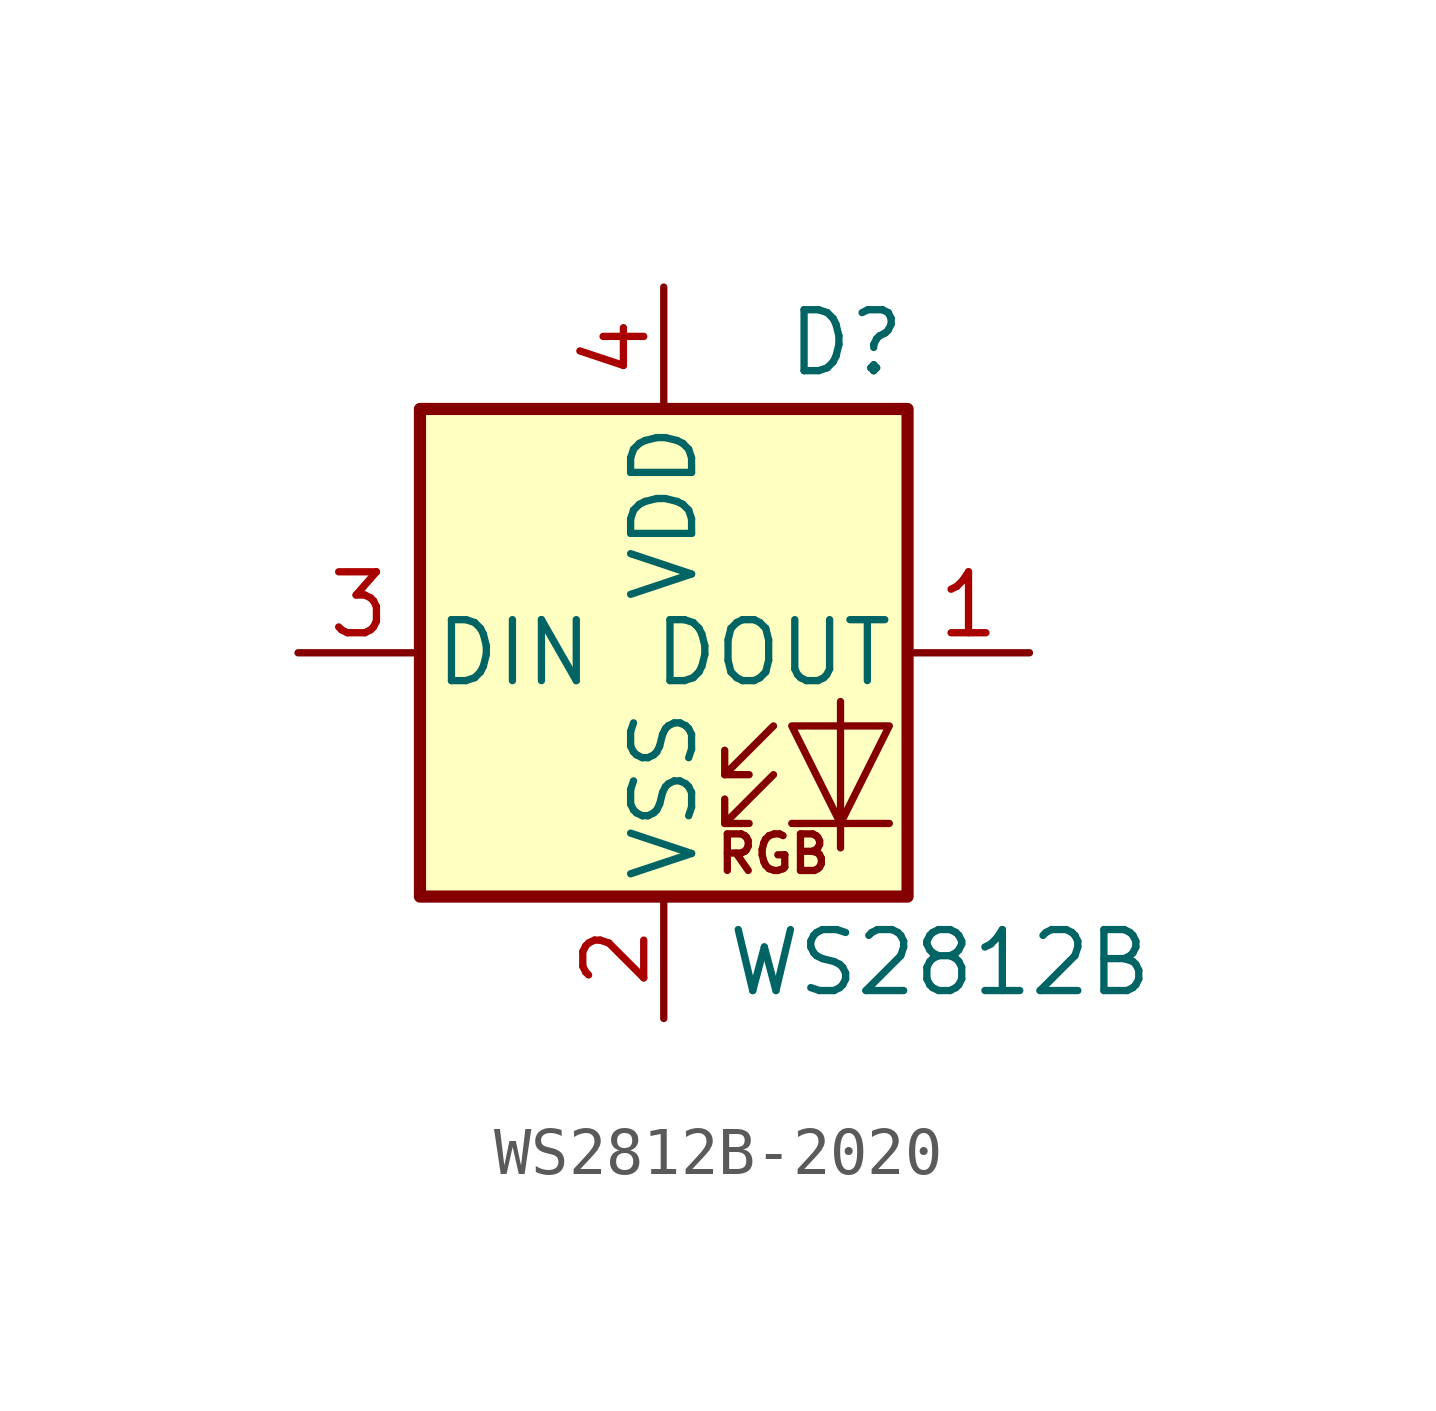
<source format=kicad_sym>
(kicad_symbol_lib
  (version 20220914)
  (generator kicad_symbol_editor)
  (symbol "WS2812B-2020"
    (pin_names
      (offset 0.254))
    (property "Reference" "D"
      (at 5.08 5.715 0)
      (effects (font (size 1.27 1.27)) (justify right bottom)))
    (property "Value" "WS2812B"
      (at 1.27 -5.715 0)
      (effects (font (size 1.27 1.27)) (justify left top)))
    (symbol "WS2812B-2020_0_0"
      (text "RGB" (at 2.286 -4.191 0) (effects (font (size 0.762 0.762)))))
    (symbol "WS2812B-2020_0_1"
      (polyline (pts (xy 1.27 -3.556) (xy 1.778 -3.556)) (stroke (width 0) (type default)) (fill (type none)))
      (polyline (pts (xy 1.27 -2.54) (xy 1.778 -2.54)) (stroke (width 0) (type default)) (fill (type none)))
      (polyline (pts (xy 4.699 -3.556) (xy 2.667 -3.556)) (stroke (width 0) (type default)) (fill (type none)))
      (polyline (pts (xy 2.286 -2.54) (xy 1.27 -3.556) (xy 1.27 -3.048)) (stroke (width 0) (type default)) (fill (type none)))
      (polyline (pts (xy 2.286 -1.524) (xy 1.27 -2.54) (xy 1.27 -2.032)) (stroke (width 0) (type default)) (fill (type none)))
      (polyline (pts (xy 3.683 -1.016) (xy 3.683 -3.556) (xy 3.683 -4.064)) (stroke (width 0) (type default)) (fill (type none)))
      (polyline (pts (xy 4.699 -1.524) (xy 2.667 -1.524) (xy 3.683 -3.556) (xy 4.699 -1.524)) (stroke (width 0) (type default)) (fill (type none)))
      (rectangle (start 5.08 5.08) (end -5.08 -5.08) (stroke (width 0.254) (type default)) (fill (type background))))
    (symbol "WS2812B-2020_1_1"
      (pin output line (at 7.62 0 180) (length 2.54) (name "DOUT" (effects (font (size 1.27 1.27)))) (number "1" (effects (font (size 1.27 1.27)))))
      (pin power_in line (at 0 -7.62 90) (length 2.54) (name "VSS" (effects (font (size 1.27 1.27)))) (number "2" (effects (font (size 1.27 1.27)))))
      (pin input line (at -7.62 0 0) (length 2.54) (name "DIN" (effects (font (size 1.27 1.27)))) (number "3" (effects (font (size 1.27 1.27)))))
      (pin power_in line (at 0 7.62 270) (length 2.54) (name "VDD" (effects (font (size 1.27 1.27)))) (number "4" (effects (font (size 1.27 1.27))))))))
</source>
